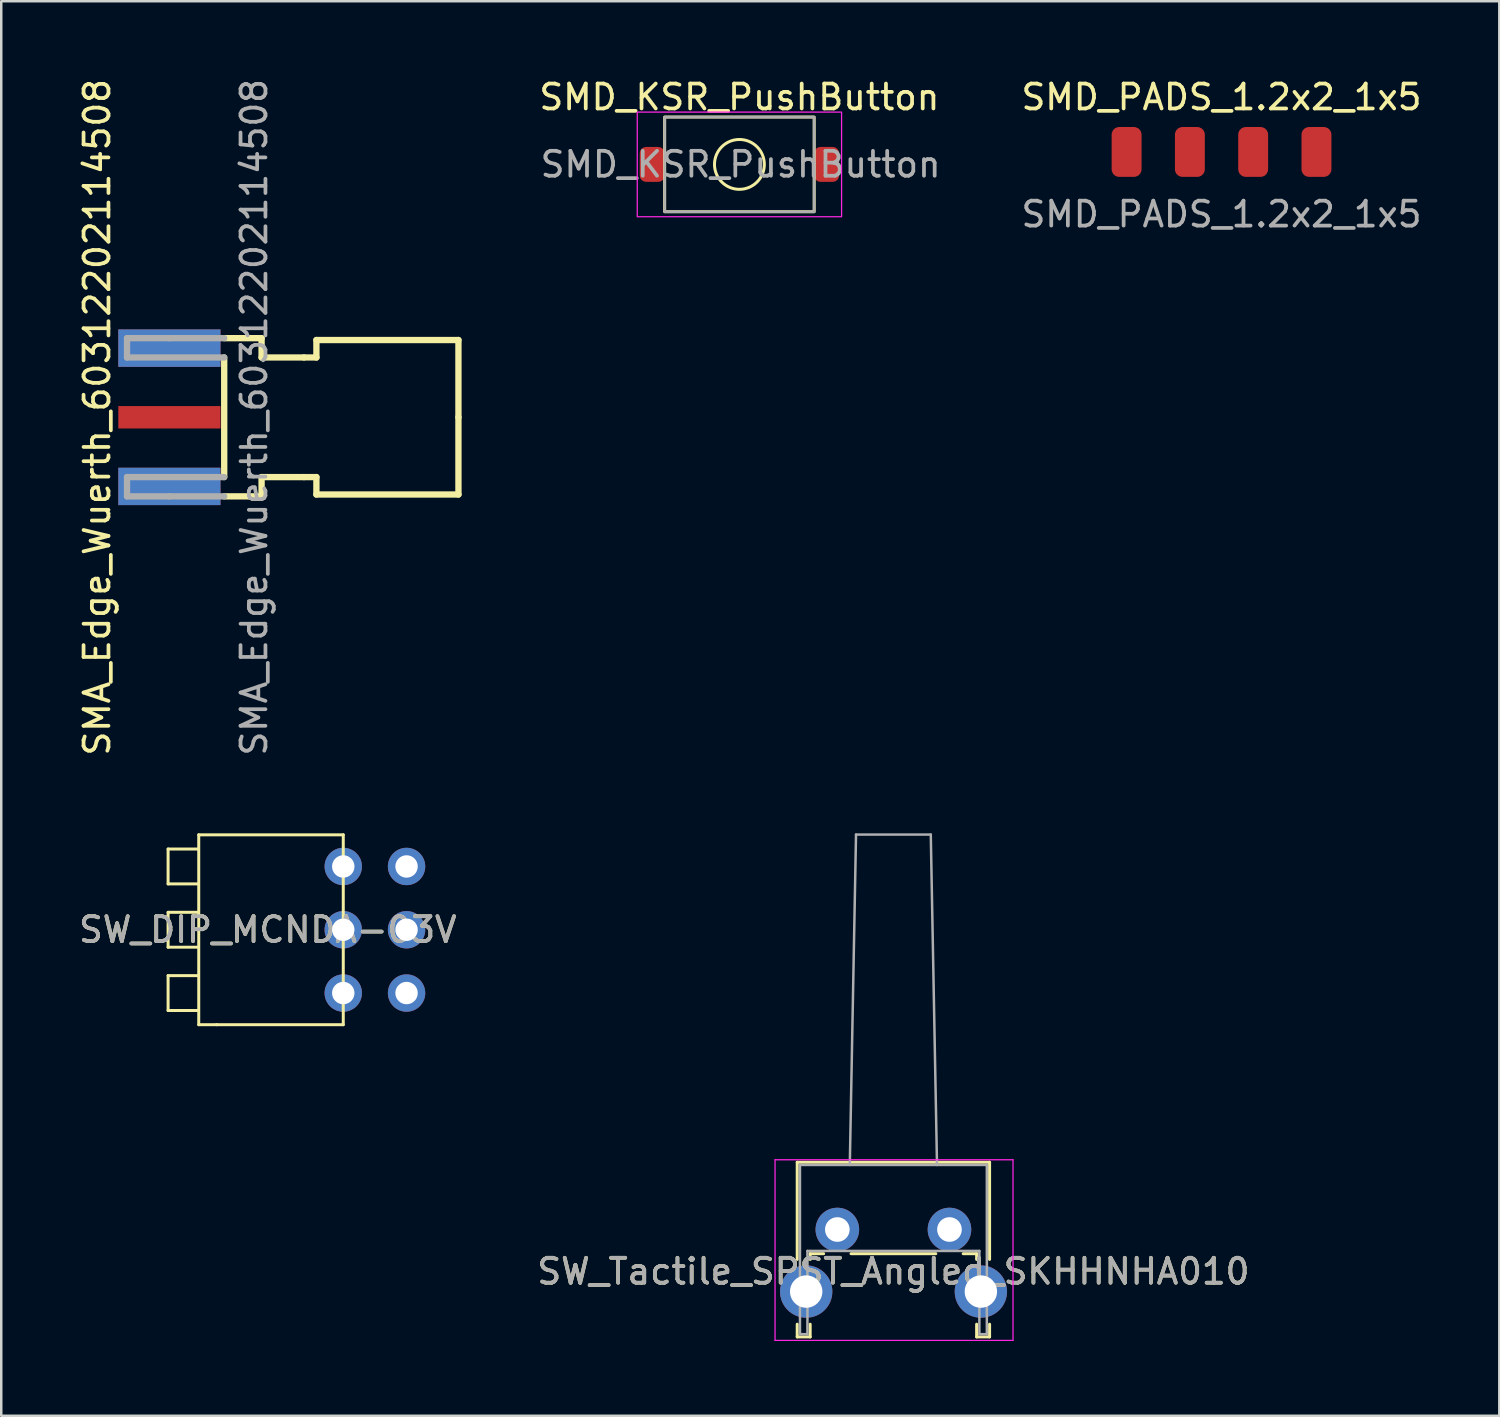
<source format=kicad_pcb>
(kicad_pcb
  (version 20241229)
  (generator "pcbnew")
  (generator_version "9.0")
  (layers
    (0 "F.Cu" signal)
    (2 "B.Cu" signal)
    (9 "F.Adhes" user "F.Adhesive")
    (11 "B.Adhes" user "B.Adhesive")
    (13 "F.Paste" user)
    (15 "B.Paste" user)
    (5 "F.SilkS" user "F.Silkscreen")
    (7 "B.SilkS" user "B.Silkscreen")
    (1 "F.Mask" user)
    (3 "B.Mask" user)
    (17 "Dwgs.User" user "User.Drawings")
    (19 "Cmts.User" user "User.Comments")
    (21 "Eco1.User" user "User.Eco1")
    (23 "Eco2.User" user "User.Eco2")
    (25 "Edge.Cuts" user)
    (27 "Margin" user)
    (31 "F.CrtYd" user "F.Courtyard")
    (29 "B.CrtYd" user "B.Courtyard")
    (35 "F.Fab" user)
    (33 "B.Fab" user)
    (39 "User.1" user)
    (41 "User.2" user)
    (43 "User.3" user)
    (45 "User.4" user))
  (footprint "SMD_KSR_PushButton"
    (layer "F.Cu")
    (at 26.624 3.548)
    (property "Reference" "SMD_KSR_PushButton" (at 0 -2.7 0) (unlocked yes) (layer "F.SilkS") (effects (font (size 1 1) (thickness 0.15))))
    (attr smd)
    (fp_rect (start -3 -1.9) (end 3 1.9) (stroke (width 0.12) (type solid)) (fill no) (layer "F.SilkS"))
    (fp_circle (center 0 0) (end 1 0) (stroke (width 0.12) (type solid)) (fill no) (layer "F.SilkS"))
    (fp_rect (start -4.1 -2.1) (end 4.1 2.1) (stroke (width 0.05) (type solid)) (fill no) (layer "F.CrtYd"))
    (fp_rect (start -3 -1.9) (end 3 1.9) (stroke (width 0.1) (type solid)) (fill no) (layer "F.Fab"))
    (fp_text user "${REFERENCE}" (at 0.05 0 0) (unlocked yes) (layer "F.Fab") (effects (font (size 1 1) (thickness 0.15))))
    (pad "1" smd roundrect (at -3.5 0) (size 1 1.4) (layers "F.Cu" "F.Mask" "F.Paste") (roundrect_rratio 0.25))
    (pad "2" smd roundrect (at 3.5 0) (size 1 1.4) (layers "F.Cu" "F.Mask" "F.Paste") (roundrect_rratio 0.25)))
  (footprint "SW_Tactile_SPST_Angled_SKHHNHA010"
    (layer "F.Cu")
    (at 30.554 46.293)
    (property "Reference" "SW_Tactile_SPST_Angled_SKHHNHA010" (at 2.25 1.68 0) (layer "F.SilkS") (effects (font (size 1 1) (thickness 0.15))))
    (attr through_hole)
    (fp_line (start -1.61 -2.7) (end -1.61 1.2) (stroke (width 0.12) (type solid)) (layer "F.SilkS"))
    (fp_line (start -1.61 -2.7) (end 6.11 -2.7) (stroke (width 0.12) (type solid)) (layer "F.SilkS"))
    (fp_line (start -1.61 3.8) (end -1.61 4.31) (stroke (width 0.12) (type solid)) (layer "F.SilkS"))
    (fp_line (start -1.61 4.31) (end -1.09 4.31) (stroke (width 0.12) (type solid)) (layer "F.SilkS"))
    (fp_line (start -1.09 0.97) (end -1.09 1.2) (stroke (width 0.12) (type solid)) (layer "F.SilkS"))
    (fp_line (start -1.09 0.97) (end -0.55 0.97) (stroke (width 0.12) (type solid)) (layer "F.SilkS"))
    (fp_line (start -1.09 3.8) (end -1.09 4.31) (stroke (width 0.12) (type solid)) (layer "F.SilkS"))
    (fp_line (start 0.55 0.97) (end 3.95 0.97) (stroke (width 0.12) (type solid)) (layer "F.SilkS"))
    (fp_line (start 5.05 0.97) (end 5.59 0.97) (stroke (width 0.12) (type solid)) (layer "F.SilkS"))
    (fp_line (start 5.59 0.97) (end 5.59 1.2) (stroke (width 0.12) (type solid)) (layer "F.SilkS"))
    (fp_line (start 5.59 3.8) (end 5.59 4.31) (stroke (width 0.12) (type solid)) (layer "F.SilkS"))
    (fp_line (start 5.59 4.31) (end 6.11 4.31) (stroke (width 0.12) (type solid)) (layer "F.SilkS"))
    (fp_line (start 6.11 -2.7) (end 6.11 1.2) (stroke (width 0.12) (type solid)) (layer "F.SilkS"))
    (fp_line (start 6.11 3.8) (end 6.11 4.31) (stroke (width 0.12) (type solid)) (layer "F.SilkS"))
    (fp_line (start -2.5 -2.8) (end 7.05 -2.8) (stroke (width 0.05) (type solid)) (layer "F.CrtYd"))
    (fp_line (start -2.5 4.45) (end -2.5 -2.8) (stroke (width 0.05) (type solid)) (layer "F.CrtYd"))
    (fp_line (start 7.05 -2.8) (end 7.05 4.45) (stroke (width 0.05) (type solid)) (layer "F.CrtYd"))
    (fp_line (start 7.05 4.45) (end -2.5 4.45) (stroke (width 0.05) (type solid)) (layer "F.CrtYd"))
    (fp_line (start -1.5 -2.59) (end 6 -2.59) (stroke (width 0.1) (type solid)) (layer "F.Fab"))
    (fp_line (start -1.5 4.2) (end -1.5 -2.59) (stroke (width 0.1) (type solid)) (layer "F.Fab"))
    (fp_line (start -1.5 4.2) (end -1.2 4.2) (stroke (width 0.1) (type solid)) (layer "F.Fab"))
    (fp_line (start -1.2 0.86) (end 5.7 0.86) (stroke (width 0.1) (type solid)) (layer "F.Fab"))
    (fp_line (start -1.2 4.2) (end -1.2 0.86) (stroke (width 0.1) (type solid)) (layer "F.Fab"))
    (fp_line (start 0.75 -15.85) (end 0.5 -2.59) (stroke (width 0.1) (type solid)) (layer "F.Fab"))
    (fp_line (start 0.75 -15.85) (end 3.75 -15.85) (stroke (width 0.1) (type solid)) (layer "F.Fab"))
    (fp_line (start 3.75 -15.85) (end 4 -2.59) (stroke (width 0.1) (type solid)) (layer "F.Fab"))
    (fp_line (start 5.7 4.2) (end 5.7 0.86) (stroke (width 0.1) (type solid)) (layer "F.Fab"))
    (fp_line (start 5.7 4.2) (end 6 4.2) (stroke (width 0.1) (type solid)) (layer "F.Fab"))
    (fp_line (start 6 4.2) (end 6 -2.59) (stroke (width 0.1) (type solid)) (layer "F.Fab"))
    (fp_text user "${REFERENCE}" (at 2.25 1.68 0) (layer "F.Fab") (effects (font (size 1 1) (thickness 0.15))))
    (pad "" thru_hole circle (at -1.25 2.49) (size 2.1 2.1) (drill 1.3) (layers "*.Cu" "*.Mask"))
    (pad "" thru_hole circle (at 5.76 2.49) (size 2.1 2.1) (drill 1.3) (layers "*.Cu" "*.Mask"))
    (pad "1" thru_hole circle (at 0 0) (size 1.75 1.75) (drill 0.99) (layers "*.Cu" "*.Mask"))
    (pad "2" thru_hole circle (at 4.5 0) (size 1.75 1.75) (drill 0.99) (layers "*.Cu" "*.Mask")))
  (footprint "SMA_Edge_Wuerth_60312202114508"
    (layer "F.Cu")
    (at 3.748 13.696)
    (property "Reference" "SMA_Edge_Wuerth_60312202114508" (at -2.9 0 90) (unlocked yes) (layer "F.SilkS") (effects (font (size 1 1) (thickness 0.15))))
    (attr smd)
    (fp_line (start 2.2 2.4) (end 2.2 -2.4) (stroke (width 0.254) (type solid)) (layer "F.SilkS"))
    (fp_line (start 3.7 -3.175) (end 2.2 -3.175) (stroke (width 0.254) (type solid)) (layer "F.SilkS"))
    (fp_line (start 3.7 -3.175) (end 3.7 -2.4) (stroke (width 0.254) (type solid)) (layer "F.SilkS"))
    (fp_line (start 3.7 -2.4) (end 5.4 -2.4) (stroke (width 0.254) (type solid)) (layer "F.SilkS"))
    (fp_line (start 3.7 2.4) (end 5.4 2.4) (stroke (width 0.254) (type solid)) (layer "F.SilkS"))
    (fp_line (start 3.7 3.175) (end 2.2 3.175) (stroke (width 0.254) (type solid)) (layer "F.SilkS"))
    (fp_line (start 3.7 3.175) (end 3.7 2.4) (stroke (width 0.254) (type solid)) (layer "F.SilkS"))
    (fp_line (start 5.4 -2.4) (end 5.9 -2.4) (stroke (width 0.254) (type solid)) (layer "F.SilkS"))
    (fp_line (start 5.4 2.4) (end 5.9 2.4) (stroke (width 0.254) (type solid)) (layer "F.SilkS"))
    (fp_line (start 5.9 -3.1) (end 11.6 -3.1) (stroke (width 0.254) (type solid)) (layer "F.SilkS"))
    (fp_line (start 5.9 -2.4) (end 5.9 -3.1) (stroke (width 0.254) (type solid)) (layer "F.SilkS"))
    (fp_line (start 5.9 2.4) (end 5.9 3.1) (stroke (width 0.254) (type solid)) (layer "F.SilkS"))
    (fp_line (start 5.9 3.1) (end 11.6 3.1) (stroke (width 0.254) (type solid)) (layer "F.SilkS"))
    (fp_line (start 11.6 -3.1) (end 11.6 0) (stroke (width 0.254) (type solid)) (layer "F.SilkS"))
    (fp_line (start 11.6 3.1) (end 11.6 0) (stroke (width 0.254) (type solid)) (layer "F.SilkS"))
    (fp_line (start -1.7 -3.175) (end -1.7 -2.4) (stroke (width 0.254) (type solid)) (layer "F.Fab"))
    (fp_line (start -1.7 -2.4) (end 2.2 -2.4) (stroke (width 0.254) (type solid)) (layer "F.Fab"))
    (fp_line (start -1.7 2.4) (end 2.2 2.4) (stroke (width 0.254) (type solid)) (layer "F.Fab"))
    (fp_line (start -1.7 3.175) (end -1.7 2.4) (stroke (width 0.254) (type solid)) (layer "F.Fab"))
    (fp_line (start 0 -3.175) (end -1.7 -3.175) (stroke (width 0.254) (type solid)) (layer "F.Fab"))
    (fp_line (start 0 -3.175) (end 2.2 -3.175) (stroke (width 0.254) (type solid)) (layer "F.Fab"))
    (fp_line (start 0 3.175) (end -1.7 3.175) (stroke (width 0.254) (type solid)) (layer "F.Fab"))
    (fp_line (start 0 3.175) (end 2.2 3.175) (stroke (width 0.254) (type solid)) (layer "F.Fab"))
    (fp_text user "${REFERENCE}" (at 3.4 0 90) (unlocked yes) (layer "F.Fab") (effects (font (size 1 1) (thickness 0.15))))
    (pad "1" connect rect (at 0 0) (size 4.1 0.9) (layers "F.Cu" "F.Mask"))
    (pad "2" connect rect (at 0 -2.775) (size 4.1 1.5) (layers "F.Cu" "F.Mask"))
    (pad "2" connect rect (at 0 -2.775) (size 4.1 1.5) (layers "B.Cu" "B.Mask"))
    (pad "2" connect rect (at 0 2.775) (size 4.1 1.5) (layers "F.Cu" "F.Mask"))
    (pad "2" connect rect (at 0 2.775) (size 4.1 1.5) (layers "B.Cu" "B.Mask")))
  (footprint "SW_DIP_MCNDA-03V"
    (layer "F.Cu")
    (at 11.996 34.263)
    (property "Reference" "SW_DIP_MCNDA-03V" (at -4.3 0 0) (unlocked yes) (layer "F.SilkS") (effects (font (size 1 1) (thickness 0.15))))
    (attr smd)
    (fp_line (start -8.3 -3.24) (end -8.3 -1.84) (stroke (width 0.12) (type solid)) (layer "F.SilkS"))
    (fp_line (start -8.3 -1.84) (end -7.1 -1.84) (stroke (width 0.12) (type solid)) (layer "F.SilkS"))
    (fp_line (start -8.3 -0.7) (end -8.3 0.7) (stroke (width 0.12) (type solid)) (layer "F.SilkS"))
    (fp_line (start -8.3 0.7) (end -7.1 0.7) (stroke (width 0.12) (type solid)) (layer "F.SilkS"))
    (fp_line (start -8.3 1.84) (end -8.3 3.24) (stroke (width 0.12) (type solid)) (layer "F.SilkS"))
    (fp_line (start -8.3 3.24) (end -7.1 3.24) (stroke (width 0.12) (type solid)) (layer "F.SilkS"))
    (fp_line (start -7.1 -3.24) (end -8.3 -3.24) (stroke (width 0.12) (type solid)) (layer "F.SilkS"))
    (fp_line (start -7.1 -0.7) (end -8.3 -0.7) (stroke (width 0.12) (type solid)) (layer "F.SilkS"))
    (fp_line (start -7.1 1.84) (end -8.3 1.84) (stroke (width 0.12) (type solid)) (layer "F.SilkS"))
    (fp_line (start -7.07 -3.81) (end -7.07 3.81) (stroke (width 0.12) (type solid)) (layer "F.SilkS"))
    (fp_line (start -6.35 3.81) (end -6.35 3.81) (stroke (width 0.12) (type solid)) (layer "F.SilkS"))
    (fp_line (start -1.27 -3.81) (end -7.07 -3.81) (stroke (width 0.12) (type solid)) (layer "F.SilkS"))
    (fp_line (start -1.27 -3.81) (end -1.27 3.81) (stroke (width 0.12) (type solid)) (layer "F.SilkS"))
    (fp_line (start -1.27 3.81) (end -7.07 3.81) (stroke (width 0.12) (type solid)) (layer "F.SilkS"))
    (fp_text user "${REFERENCE}" (at -4.3 0 0) (unlocked yes) (layer "F.Fab") (effects (font (size 1 1) (thickness 0.15))))
    (pad "1" thru_hole circle (at -1.27 -2.54) (size 1.5 1.5) (drill 0.9) (layers "*.Cu" "*.Mask"))
    (pad "2" thru_hole circle (at -1.27 0) (size 1.5 1.5) (drill 0.9) (layers "*.Cu" "*.Mask"))
    (pad "3" thru_hole circle (at -1.27 2.54) (size 1.5 1.5) (drill 0.9) (layers "*.Cu" "*.Mask"))
    (pad "4" thru_hole circle (at 1.27 2.54) (size 1.5 1.5) (drill 0.9) (layers "*.Cu" "*.Mask"))
    (pad "5" thru_hole circle (at 1.27 0) (size 1.5 1.5) (drill 0.9) (layers "*.Cu" "*.Mask"))
    (pad "6" thru_hole circle (at 1.27 -2.54) (size 1.5 1.5) (drill 0.9) (layers "*.Cu" "*.Mask")))
  (footprint "SMD_PADS_1.2x2_1x5"
    (layer "F.Cu")
    (at 45.972 3.048)
    (property "Reference" "SMD_PADS_1.2x2_1x5" (at 0 -2.2 0) (unlocked yes) (layer "F.SilkS") (effects (font (size 1 1) (thickness 0.15))))
    (attr smd)
    (fp_text user "${REFERENCE}" (at 0 2.5 0) (unlocked yes) (layer "F.Fab") (effects (font (size 1 1) (thickness 0.15))))
    (pad "1" smd roundrect (at -3.81 0) (size 1.2 2) (layers "F.Cu" "F.Mask" "F.Paste") (roundrect_rratio 0.25))
    (pad "2" smd roundrect (at -1.27 0) (size 1.2 2) (layers "F.Cu" "F.Mask" "F.Paste") (roundrect_rratio 0.25))
    (pad "3" smd roundrect (at 1.27 0) (size 1.2 2) (layers "F.Cu" "F.Mask" "F.Paste") (roundrect_rratio 0.25))
    (pad "4" smd roundrect (at 3.81 0) (size 1.2 2) (layers "F.Cu" "F.Mask" "F.Paste") (roundrect_rratio 0.25)))
  (gr_rect
    (start -3 -3)
    (end 57.12 53.768)
    (stroke (width 0.1) (type default))
    (fill no)
    (layer "Edge.Cuts")))
</source>
